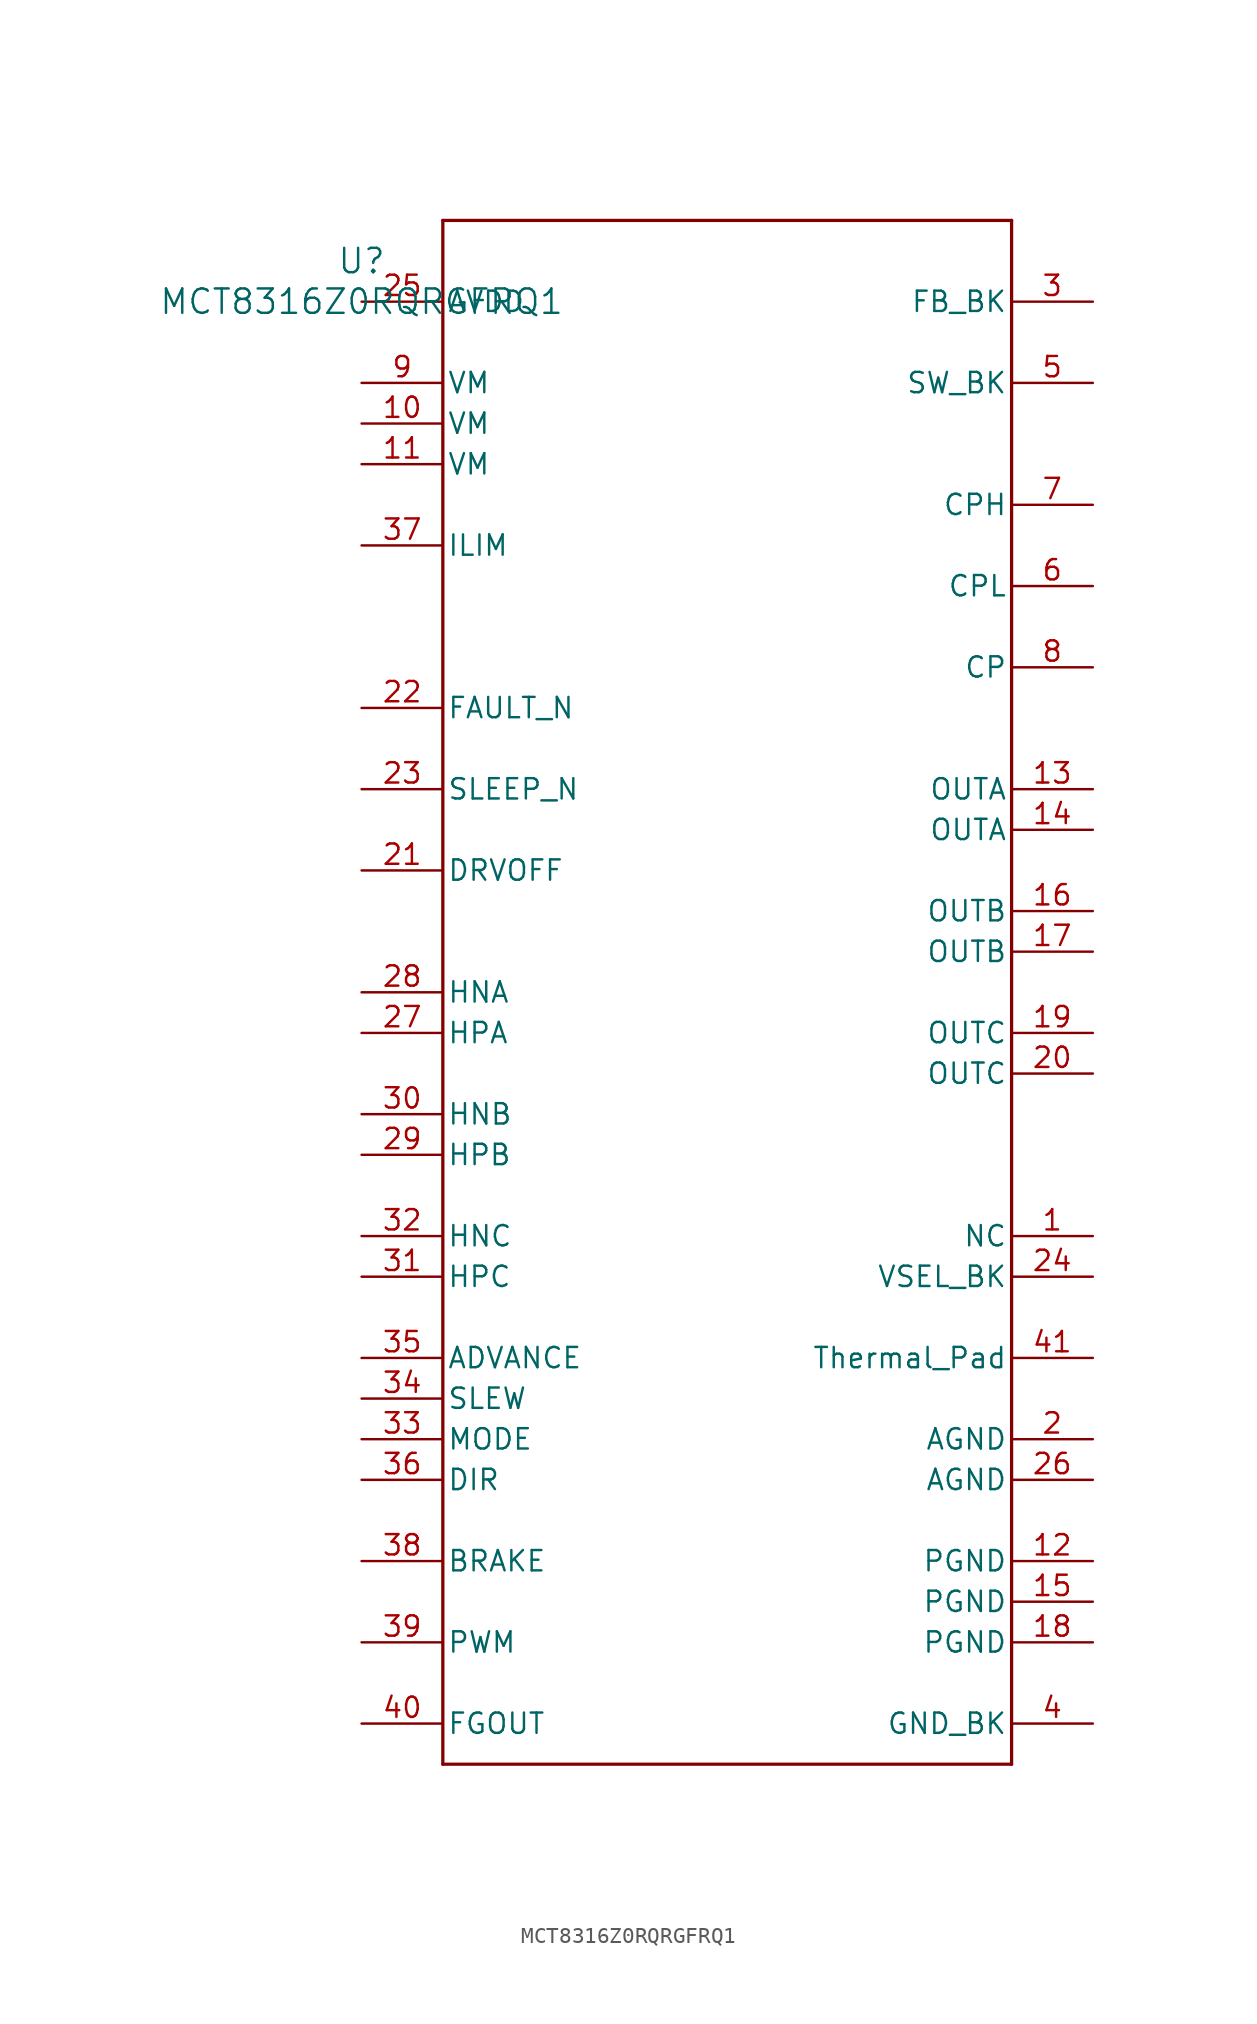
<source format=kicad_sym>
(kicad_symbol_lib
  (version 20211014)
  (generator kicad_symbol_editor)
  (symbol "MCT8316Z0RQRGFRQ1"
    (pin_names
      (offset 0.254))
    (property "Reference" "U"
      (at 0 2.54 0)
      (effects (font (size 1.524 1.524))))
    (property "Value" "MCT8316Z0RQRGFRQ1"
      (at 0 0 0)
      (effects (font (size 1.524 1.524))))
    (symbol "MCT8316Z0RQRGFRQ1_0_1"
      (polyline (pts (xy 5.08 -91.44) (xy 40.64 -91.44)) (stroke (width 0.203) (type default) (color 0 0 0 0)) (fill (type none)))
      (polyline (pts (xy 40.64 -91.44) (xy 40.64 5.08)) (stroke (width 0.203) (type default) (color 0 0 0 0)) (fill (type none)))
      (polyline (pts (xy 40.64 5.08) (xy 5.08 5.08)) (stroke (width 0.203) (type default) (color 0 0 0 0)) (fill (type none)))
      (polyline (pts (xy 5.08 5.08) (xy 5.08 -91.44)) (stroke (width 0.203) (type default) (color 0 0 0 0)) (fill (type none)))
      (pin unspecified line (at 45.72 -58.42 180) (length 5.08) (name "NC" (effects (font (size 1.27 1.27)))) (number "1" (effects (font (size 1.27 1.27)))))
      (pin power_in line (at 45.72 -71.12 180) (length 5.08) (name "AGND" (effects (font (size 1.27 1.27)))) (number "2" (effects (font (size 1.27 1.27)))))
      (pin power_in line (at 45.72 0 180) (length 5.08) (name "FB_BK" (effects (font (size 1.27 1.27)))) (number "3" (effects (font (size 1.27 1.27)))))
      (pin power_in line (at 45.72 -88.9 180) (length 5.08) (name "GND_BK" (effects (font (size 1.27 1.27)))) (number "4" (effects (font (size 1.27 1.27)))))
      (pin power_in line (at 45.72 -5.08 180) (length 5.08) (name "SW_BK" (effects (font (size 1.27 1.27)))) (number "5" (effects (font (size 1.27 1.27)))))
      (pin power_in line (at 45.72 -17.78 180) (length 5.08) (name "CPL" (effects (font (size 1.27 1.27)))) (number "6" (effects (font (size 1.27 1.27)))))
      (pin power_in line (at 45.72 -12.7 180) (length 5.08) (name "CPH" (effects (font (size 1.27 1.27)))) (number "7" (effects (font (size 1.27 1.27)))))
      (pin power_in line (at 45.72 -22.86 180) (length 5.08) (name "CP" (effects (font (size 1.27 1.27)))) (number "8" (effects (font (size 1.27 1.27)))))
      (pin power_in line (at 0 -5.08 0) (length 5.08) (name "VM" (effects (font (size 1.27 1.27)))) (number "9" (effects (font (size 1.27 1.27)))))
      (pin power_in line (at 0 -7.62 0) (length 5.08) (name "VM" (effects (font (size 1.27 1.27)))) (number "10" (effects (font (size 1.27 1.27)))))
      (pin power_in line (at 0 -10.16 0) (length 5.08) (name "VM" (effects (font (size 1.27 1.27)))) (number "11" (effects (font (size 1.27 1.27)))))
      (pin power_in line (at 45.72 -78.74 180) (length 5.08) (name "PGND" (effects (font (size 1.27 1.27)))) (number "12" (effects (font (size 1.27 1.27)))))
      (pin output line (at 45.72 -30.48 180) (length 5.08) (name "OUTA" (effects (font (size 1.27 1.27)))) (number "13" (effects (font (size 1.27 1.27)))))
      (pin output line (at 45.72 -33.02 180) (length 5.08) (name "OUTA" (effects (font (size 1.27 1.27)))) (number "14" (effects (font (size 1.27 1.27)))))
      (pin power_in line (at 45.72 -81.28 180) (length 5.08) (name "PGND" (effects (font (size 1.27 1.27)))) (number "15" (effects (font (size 1.27 1.27)))))
      (pin output line (at 45.72 -38.1 180) (length 5.08) (name "OUTB" (effects (font (size 1.27 1.27)))) (number "16" (effects (font (size 1.27 1.27)))))
      (pin output line (at 45.72 -40.64 180) (length 5.08) (name "OUTB" (effects (font (size 1.27 1.27)))) (number "17" (effects (font (size 1.27 1.27)))))
      (pin power_in line (at 45.72 -83.82 180) (length 5.08) (name "PGND" (effects (font (size 1.27 1.27)))) (number "18" (effects (font (size 1.27 1.27)))))
      (pin output line (at 45.72 -45.72 180) (length 5.08) (name "OUTC" (effects (font (size 1.27 1.27)))) (number "19" (effects (font (size 1.27 1.27)))))
      (pin output line (at 45.72 -48.26 180) (length 5.08) (name "OUTC" (effects (font (size 1.27 1.27)))) (number "20" (effects (font (size 1.27 1.27)))))
      (pin input line (at 0 -35.56 0) (length 5.08) (name "DRVOFF" (effects (font (size 1.27 1.27)))) (number "21" (effects (font (size 1.27 1.27)))))
      (pin output line (at 0 -25.4 0) (length 5.08) (name "FAULT_N" (effects (font (size 1.27 1.27)))) (number "22" (effects (font (size 1.27 1.27)))))
      (pin input line (at 0 -30.48 0) (length 5.08) (name "SLEEP_N" (effects (font (size 1.27 1.27)))) (number "23" (effects (font (size 1.27 1.27)))))
      (pin input line (at 45.72 -60.96 180) (length 5.08) (name "VSEL_BK" (effects (font (size 1.27 1.27)))) (number "24" (effects (font (size 1.27 1.27)))))
      (pin power_in line (at 0 0 0) (length 5.08) (name "AVDD" (effects (font (size 1.27 1.27)))) (number "25" (effects (font (size 1.27 1.27)))))
      (pin power_in line (at 45.72 -73.66 180) (length 5.08) (name "AGND" (effects (font (size 1.27 1.27)))) (number "26" (effects (font (size 1.27 1.27)))))
      (pin input line (at 0 -45.72 0) (length 5.08) (name "HPA" (effects (font (size 1.27 1.27)))) (number "27" (effects (font (size 1.27 1.27)))))
      (pin input line (at 0 -43.18 0) (length 5.08) (name "HNA" (effects (font (size 1.27 1.27)))) (number "28" (effects (font (size 1.27 1.27)))))
      (pin input line (at 0 -53.34 0) (length 5.08) (name "HPB" (effects (font (size 1.27 1.27)))) (number "29" (effects (font (size 1.27 1.27)))))
      (pin input line (at 0 -50.8 0) (length 5.08) (name "HNB" (effects (font (size 1.27 1.27)))) (number "30" (effects (font (size 1.27 1.27)))))
      (pin input line (at 0 -60.96 0) (length 5.08) (name "HPC" (effects (font (size 1.27 1.27)))) (number "31" (effects (font (size 1.27 1.27)))))
      (pin input line (at 0 -58.42 0) (length 5.08) (name "HNC" (effects (font (size 1.27 1.27)))) (number "32" (effects (font (size 1.27 1.27)))))
      (pin input line (at 0 -71.12 0) (length 5.08) (name "MODE" (effects (font (size 1.27 1.27)))) (number "33" (effects (font (size 1.27 1.27)))))
      (pin input line (at 0 -68.58 0) (length 5.08) (name "SLEW" (effects (font (size 1.27 1.27)))) (number "34" (effects (font (size 1.27 1.27)))))
      (pin unspecified line (at 0 -66.04 0) (length 5.08) (name "ADVANCE" (effects (font (size 1.27 1.27)))) (number "35" (effects (font (size 1.27 1.27)))))
      (pin unspecified line (at 0 -73.66 0) (length 5.08) (name "DIR" (effects (font (size 1.27 1.27)))) (number "36" (effects (font (size 1.27 1.27)))))
      (pin input line (at 0 -15.24 0) (length 5.08) (name "ILIM" (effects (font (size 1.27 1.27)))) (number "37" (effects (font (size 1.27 1.27)))))
      (pin unspecified line (at 0 -78.74 0) (length 5.08) (name "BRAKE" (effects (font (size 1.27 1.27)))) (number "38" (effects (font (size 1.27 1.27)))))
      (pin unspecified line (at 0 -83.82 0) (length 5.08) (name "PWM" (effects (font (size 1.27 1.27)))) (number "39" (effects (font (size 1.27 1.27)))))
      (pin output line (at 0 -88.9 0) (length 5.08) (name "FGOUT" (effects (font (size 1.27 1.27)))) (number "40" (effects (font (size 1.27 1.27)))))
      (pin power_in line (at 45.72 -66.04 180) (length 5.08) (name "Thermal_Pad" (effects (font (size 1.27 1.27)))) (number "41" (effects (font (size 1.27 1.27))))))))
</source>
